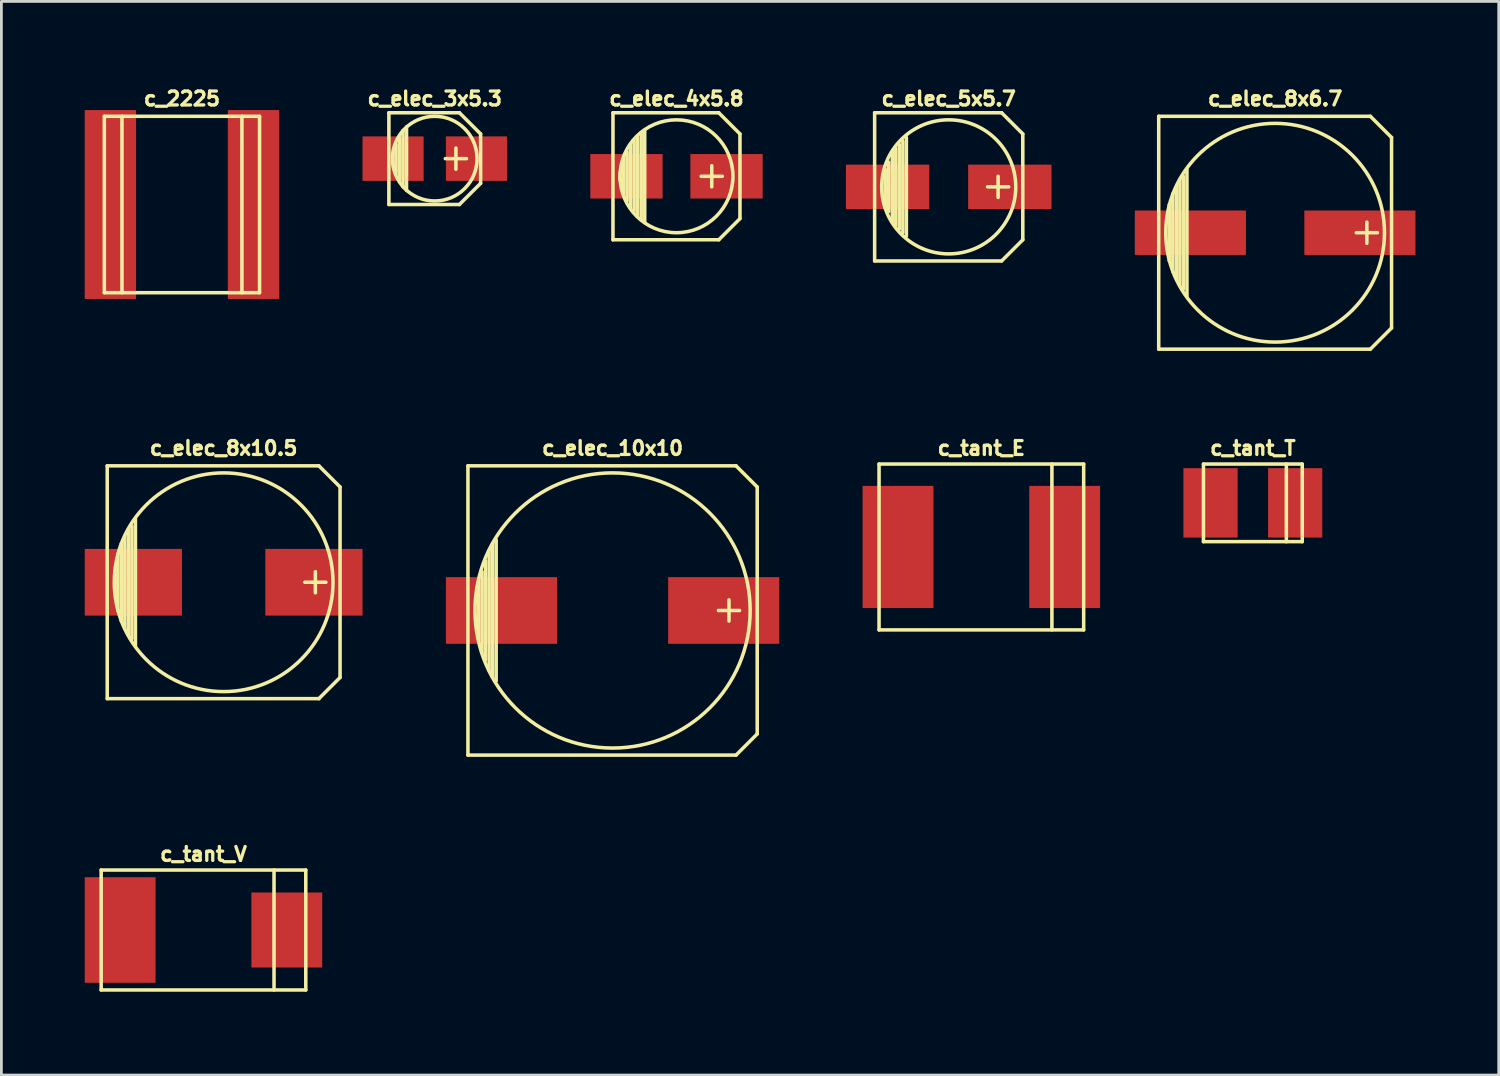
<source format=kicad_pcb>
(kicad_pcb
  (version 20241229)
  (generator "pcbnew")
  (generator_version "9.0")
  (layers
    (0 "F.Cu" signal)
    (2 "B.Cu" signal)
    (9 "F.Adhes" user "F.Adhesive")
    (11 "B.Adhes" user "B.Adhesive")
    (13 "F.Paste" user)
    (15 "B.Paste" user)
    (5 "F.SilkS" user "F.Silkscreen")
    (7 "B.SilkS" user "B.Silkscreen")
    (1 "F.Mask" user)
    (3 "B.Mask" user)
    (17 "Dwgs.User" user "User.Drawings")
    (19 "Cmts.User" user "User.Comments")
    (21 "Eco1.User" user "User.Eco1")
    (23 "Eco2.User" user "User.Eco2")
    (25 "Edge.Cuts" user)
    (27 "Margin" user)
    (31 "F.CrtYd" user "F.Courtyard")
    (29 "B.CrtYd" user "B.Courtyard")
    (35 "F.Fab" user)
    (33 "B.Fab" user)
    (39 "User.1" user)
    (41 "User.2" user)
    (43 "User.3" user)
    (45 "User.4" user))
  (footprint "c_tant_V"
    (layer "F.Cu")
    (at 4.275 30.43)
    (property "Reference" "c_tant_V" (at 0 -2.731 0) (layer "F.SilkS") (effects (font (size 0.5 0.5) (thickness 0.119))))
    (attr through_hole)
    (fp_line (start -3.683 -2.159) (end -3.683 2.159) (stroke (width 0.127) (type solid)) (layer "F.SilkS"))
    (fp_line (start -3.683 2.159) (end 3.683 2.159) (stroke (width 0.127) (type solid)) (layer "F.SilkS"))
    (fp_line (start 2.54 -2.159) (end 2.54 2.159) (stroke (width 0.127) (type solid)) (layer "F.SilkS"))
    (fp_line (start 3.683 -2.159) (end -3.683 -2.159) (stroke (width 0.127) (type solid)) (layer "F.SilkS"))
    (fp_line (start 3.683 2.159) (end 3.683 -2.159) (stroke (width 0.127) (type solid)) (layer "F.SilkS"))
    (pad "1" smd rect (at 3 0) (size 2.55 2.7) (layers "F.Cu" "F.Mask" "F.Paste"))
    (pad "2" smd rect (at -3 0) (size 2.55 3.8) (layers "F.Cu" "F.Mask" "F.Paste")))
  (footprint "c_elec_5x5.7"
    (layer "F.Cu")
    (at 31.104 3.677)
    (property "Reference" "c_elec_5x5.7" (at 0 -3.175 0) (layer "F.SilkS") (effects (font (size 0.5 0.5) (thickness 0.119))))
    (attr through_hole)
    (fp_line (start -2.667 -2.667) (end 1.905 -2.667) (stroke (width 0.127) (type solid)) (layer "F.SilkS"))
    (fp_line (start -2.667 2.667) (end -2.667 -2.667) (stroke (width 0.127) (type solid)) (layer "F.SilkS"))
    (fp_line (start -2.286 -0.635) (end -2.286 0.762) (stroke (width 0.127) (type solid)) (layer "F.SilkS"))
    (fp_line (start -2.159 -0.889) (end -2.159 0.889) (stroke (width 0.127) (type solid)) (layer "F.SilkS"))
    (fp_line (start -2.032 -1.27) (end -2.032 1.27) (stroke (width 0.127) (type solid)) (layer "F.SilkS"))
    (fp_line (start -1.905 1.397) (end -1.905 -1.397) (stroke (width 0.127) (type solid)) (layer "F.SilkS"))
    (fp_line (start -1.778 -1.524) (end -1.778 1.524) (stroke (width 0.127) (type solid)) (layer "F.SilkS"))
    (fp_line (start -1.651 1.651) (end -1.651 -1.651) (stroke (width 0.127) (type solid)) (layer "F.SilkS"))
    (fp_line (start -1.524 -1.778) (end -1.524 1.778) (stroke (width 0.127) (type solid)) (layer "F.SilkS"))
    (fp_line (start 1.778 -0.381) (end 1.778 0.381) (stroke (width 0.127) (type solid)) (layer "F.SilkS"))
    (fp_line (start 1.905 -2.667) (end 2.667 -1.905) (stroke (width 0.127) (type solid)) (layer "F.SilkS"))
    (fp_line (start 1.905 2.667) (end -2.667 2.667) (stroke (width 0.127) (type solid)) (layer "F.SilkS"))
    (fp_line (start 2.159 0) (end 1.397 0) (stroke (width 0.127) (type solid)) (layer "F.SilkS"))
    (fp_line (start 2.667 -1.905) (end 2.667 1.905) (stroke (width 0.127) (type solid)) (layer "F.SilkS"))
    (fp_line (start 2.667 1.905) (end 1.905 2.667) (stroke (width 0.127) (type solid)) (layer "F.SilkS"))
    (fp_circle (center 0 0) (end -2.413 0) (stroke (width 0.127) (type solid)) (fill no) (layer "F.SilkS"))
    (pad "1" smd rect (at 2.2 0) (size 3 1.6) (layers "F.Cu" "F.Mask" "F.Paste"))
    (pad "2" smd rect (at -2.2 0) (size 3 1.6) (layers "F.Cu" "F.Mask" "F.Paste")))
  (footprint "c_elec_4x5.8"
    (layer "F.Cu")
    (at 21.303 3.296)
    (property "Reference" "c_elec_4x5.8" (at 0 -2.794 0) (layer "F.SilkS") (effects (font (size 0.5 0.5) (thickness 0.119))))
    (attr through_hole)
    (fp_line (start -2.286 -2.286) (end -2.286 2.286) (stroke (width 0.127) (type solid)) (layer "F.SilkS"))
    (fp_line (start -2.032 0.127) (end -2.032 -0.127) (stroke (width 0.127) (type solid)) (layer "F.SilkS"))
    (fp_line (start -1.905 -0.635) (end -1.905 0.635) (stroke (width 0.127) (type solid)) (layer "F.SilkS"))
    (fp_line (start -1.778 0.889) (end -1.778 -0.889) (stroke (width 0.127) (type solid)) (layer "F.SilkS"))
    (fp_line (start -1.651 1.143) (end -1.651 -1.143) (stroke (width 0.127) (type solid)) (layer "F.SilkS"))
    (fp_line (start -1.524 -1.27) (end -1.524 1.27) (stroke (width 0.127) (type solid)) (layer "F.SilkS"))
    (fp_line (start -1.397 1.397) (end -1.397 -1.397) (stroke (width 0.127) (type solid)) (layer "F.SilkS"))
    (fp_line (start -1.27 -1.524) (end -1.27 1.524) (stroke (width 0.127) (type solid)) (layer "F.SilkS"))
    (fp_line (start -1.143 -1.651) (end -1.143 1.651) (stroke (width 0.127) (type solid)) (layer "F.SilkS"))
    (fp_line (start 1.27 -0.381) (end 1.27 0.381) (stroke (width 0.127) (type solid)) (layer "F.SilkS"))
    (fp_line (start 1.524 -2.286) (end -2.286 -2.286) (stroke (width 0.127) (type solid)) (layer "F.SilkS"))
    (fp_line (start 1.524 -2.286) (end 2.286 -1.524) (stroke (width 0.127) (type solid)) (layer "F.SilkS"))
    (fp_line (start 1.524 2.286) (end -2.286 2.286) (stroke (width 0.127) (type solid)) (layer "F.SilkS"))
    (fp_line (start 1.524 2.286) (end 2.286 1.524) (stroke (width 0.127) (type solid)) (layer "F.SilkS"))
    (fp_line (start 1.651 0) (end 0.889 0) (stroke (width 0.127) (type solid)) (layer "F.SilkS"))
    (fp_line (start 2.286 -1.524) (end 2.286 1.524) (stroke (width 0.127) (type solid)) (layer "F.SilkS"))
    (fp_circle (center 0 0) (end -2.032 0) (stroke (width 0.127) (type solid)) (fill no) (layer "F.SilkS"))
    (pad "1" smd rect (at 1.801 0) (size 2.601 1.6) (layers "F.Cu" "F.Mask" "F.Paste"))
    (pad "2" smd rect (at -1.801 0) (size 2.601 1.6) (layers "F.Cu" "F.Mask" "F.Paste")))
  (footprint "c_elec_3x5.3"
    (layer "F.Cu")
    (at 12.601 2.661)
    (property "Reference" "c_elec_3x5.3" (at 0 -2.159 0) (layer "F.SilkS") (effects (font (size 0.5 0.5) (thickness 0.119))))
    (attr through_hole)
    (fp_line (start -1.651 -1.651) (end -1.651 1.651) (stroke (width 0.127) (type solid)) (layer "F.SilkS"))
    (fp_line (start -1.651 1.651) (end 0.889 1.651) (stroke (width 0.127) (type solid)) (layer "F.SilkS"))
    (fp_line (start -1.397 -0.508) (end -1.397 0.508) (stroke (width 0.127) (type solid)) (layer "F.SilkS"))
    (fp_line (start -1.27 -0.762) (end -1.27 0.762) (stroke (width 0.127) (type solid)) (layer "F.SilkS"))
    (fp_line (start -1.143 -1.016) (end -1.143 1.016) (stroke (width 0.127) (type solid)) (layer "F.SilkS"))
    (fp_line (start -1.016 -1.143) (end -1.016 1.143) (stroke (width 0.127) (type solid)) (layer "F.SilkS"))
    (fp_line (start 0.762 -0.381) (end 0.762 0.381) (stroke (width 0.127) (type solid)) (layer "F.SilkS"))
    (fp_line (start 0.889 -1.651) (end -1.651 -1.651) (stroke (width 0.127) (type solid)) (layer "F.SilkS"))
    (fp_line (start 0.889 1.651) (end 1.651 0.889) (stroke (width 0.127) (type solid)) (layer "F.SilkS"))
    (fp_line (start 1.143 0) (end 0.381 0) (stroke (width 0.127) (type solid)) (layer "F.SilkS"))
    (fp_line (start 1.651 -0.889) (end 0.889 -1.651) (stroke (width 0.127) (type solid)) (layer "F.SilkS"))
    (fp_line (start 1.651 0.889) (end 1.651 -0.889) (stroke (width 0.127) (type solid)) (layer "F.SilkS"))
    (fp_circle (center 0 0) (end 1.524 0) (stroke (width 0.127) (type solid)) (fill no) (layer "F.SilkS"))
    (pad "1" smd rect (at 1.501 0) (size 2.2 1.6) (layers "F.Cu" "F.Mask" "F.Paste"))
    (pad "2" smd rect (at -1.501 0) (size 2.2 1.6) (layers "F.Cu" "F.Mask" "F.Paste")))
  (footprint "c_2225"
    (layer "F.Cu")
    (at 3.5 4.312)
    (property "Reference" "c_2225" (at 0 -3.81 0) (layer "F.SilkS") (effects (font (size 0.5 0.5) (thickness 0.119))))
    (attr through_hole)
    (fp_line (start -2.794 -3.175) (end 2.794 -3.175) (stroke (width 0.127) (type solid)) (layer "F.SilkS"))
    (fp_line (start -2.794 3.175) (end -2.794 -3.175) (stroke (width 0.127) (type solid)) (layer "F.SilkS"))
    (fp_line (start -2.159 -3.175) (end -2.159 3.175) (stroke (width 0.127) (type solid)) (layer "F.SilkS"))
    (fp_line (start 2.159 -3.175) (end 2.159 3.175) (stroke (width 0.127) (type solid)) (layer "F.SilkS"))
    (fp_line (start 2.794 -3.175) (end 2.794 3.175) (stroke (width 0.127) (type solid)) (layer "F.SilkS"))
    (fp_line (start 2.794 3.175) (end -2.794 3.175) (stroke (width 0.127) (type solid)) (layer "F.SilkS"))
    (pad "1" smd rect (at 2.576 0) (size 1.849 6.8) (layers "F.Cu" "F.Mask" "F.Paste"))
    (pad "2" smd rect (at -2.576 0) (size 1.849 6.8) (layers "F.Cu" "F.Mask" "F.Paste")))
  (footprint "c_elec_8x10.5"
    (layer "F.Cu")
    (at 5.001 17.911)
    (property "Reference" "c_elec_8x10.5" (at 0 -4.826 0) (layer "F.SilkS") (effects (font (size 0.5 0.5) (thickness 0.119))))
    (attr through_hole)
    (fp_line (start -4.191 -4.191) (end -4.191 4.191) (stroke (width 0.127) (type solid)) (layer "F.SilkS"))
    (fp_line (start -4.191 4.191) (end 3.429 4.191) (stroke (width 0.127) (type solid)) (layer "F.SilkS"))
    (fp_line (start -3.81 -1.016) (end -3.81 1.016) (stroke (width 0.127) (type solid)) (layer "F.SilkS"))
    (fp_line (start -3.683 1.397) (end -3.683 -1.397) (stroke (width 0.127) (type solid)) (layer "F.SilkS"))
    (fp_line (start -3.556 -1.651) (end -3.556 1.651) (stroke (width 0.127) (type solid)) (layer "F.SilkS"))
    (fp_line (start -3.429 1.905) (end -3.429 -1.905) (stroke (width 0.127) (type solid)) (layer "F.SilkS"))
    (fp_line (start -3.302 2.032) (end -3.302 -2.032) (stroke (width 0.127) (type solid)) (layer "F.SilkS"))
    (fp_line (start -3.175 -2.286) (end -3.175 2.286) (stroke (width 0.127) (type solid)) (layer "F.SilkS"))
    (fp_line (start 3.302 -0.381) (end 3.302 0.381) (stroke (width 0.127) (type solid)) (layer "F.SilkS"))
    (fp_line (start 3.429 -4.191) (end -4.191 -4.191) (stroke (width 0.127) (type solid)) (layer "F.SilkS"))
    (fp_line (start 3.429 4.191) (end 4.191 3.429) (stroke (width 0.127) (type solid)) (layer "F.SilkS"))
    (fp_line (start 3.683 0) (end 2.921 0) (stroke (width 0.127) (type solid)) (layer "F.SilkS"))
    (fp_line (start 4.191 -3.429) (end 3.429 -4.191) (stroke (width 0.127) (type solid)) (layer "F.SilkS"))
    (fp_line (start 4.191 3.429) (end 4.191 -3.429) (stroke (width 0.127) (type solid)) (layer "F.SilkS"))
    (fp_circle (center 0 0) (end 3.937 0) (stroke (width 0.127) (type solid)) (fill no) (layer "F.SilkS"))
    (pad "1" smd rect (at 3.251 0) (size 3.5 2.4) (layers "F.Cu" "F.Mask" "F.Paste"))
    (pad "2" smd rect (at -3.251 0) (size 3.5 2.4) (layers "F.Cu" "F.Mask" "F.Paste")))
  (footprint "c_tant_T"
    (layer "F.Cu")
    (at 42.053 15.053)
    (property "Reference" "c_tant_T" (at 0 -1.968 0) (layer "F.SilkS") (effects (font (size 0.5 0.5) (thickness 0.119))))
    (attr through_hole)
    (fp_line (start -1.778 -1.397) (end -1.778 1.397) (stroke (width 0.127) (type solid)) (layer "F.SilkS"))
    (fp_line (start -1.778 1.397) (end 1.778 1.397) (stroke (width 0.127) (type solid)) (layer "F.SilkS"))
    (fp_line (start 1.206 -1.397) (end 1.206 1.397) (stroke (width 0.127) (type solid)) (layer "F.SilkS"))
    (fp_line (start 1.778 -1.397) (end -1.778 -1.397) (stroke (width 0.127) (type solid)) (layer "F.SilkS"))
    (fp_line (start 1.778 1.397) (end 1.778 -1.397) (stroke (width 0.127) (type solid)) (layer "F.SilkS"))
    (pad "1" smd rect (at 1.524 0) (size 1.951 2.499) (layers "F.Cu" "F.Mask" "F.Paste"))
    (pad "2" smd rect (at -1.524 0) (size 1.951 2.499) (layers "F.Cu" "F.Mask" "F.Paste")))
  (footprint "c_elec_8x6.7"
    (layer "F.Cu")
    (at 42.855 5.328)
    (property "Reference" "c_elec_8x6.7" (at 0 -4.826 0) (layer "F.SilkS") (effects (font (size 0.5 0.5) (thickness 0.119))))
    (attr through_hole)
    (fp_line (start -4.191 -4.191) (end -4.191 4.191) (stroke (width 0.127) (type solid)) (layer "F.SilkS"))
    (fp_line (start -4.191 4.191) (end 3.429 4.191) (stroke (width 0.127) (type solid)) (layer "F.SilkS"))
    (fp_line (start -3.81 -1.016) (end -3.81 1.016) (stroke (width 0.127) (type solid)) (layer "F.SilkS"))
    (fp_line (start -3.683 1.397) (end -3.683 -1.397) (stroke (width 0.127) (type solid)) (layer "F.SilkS"))
    (fp_line (start -3.556 -1.651) (end -3.556 1.651) (stroke (width 0.127) (type solid)) (layer "F.SilkS"))
    (fp_line (start -3.429 1.905) (end -3.429 -1.905) (stroke (width 0.127) (type solid)) (layer "F.SilkS"))
    (fp_line (start -3.302 2.032) (end -3.302 -2.032) (stroke (width 0.127) (type solid)) (layer "F.SilkS"))
    (fp_line (start -3.175 -2.286) (end -3.175 2.286) (stroke (width 0.127) (type solid)) (layer "F.SilkS"))
    (fp_line (start 3.302 -0.381) (end 3.302 0.381) (stroke (width 0.127) (type solid)) (layer "F.SilkS"))
    (fp_line (start 3.429 -4.191) (end -4.191 -4.191) (stroke (width 0.127) (type solid)) (layer "F.SilkS"))
    (fp_line (start 3.429 4.191) (end 4.191 3.429) (stroke (width 0.127) (type solid)) (layer "F.SilkS"))
    (fp_line (start 3.683 0) (end 2.921 0) (stroke (width 0.127) (type solid)) (layer "F.SilkS"))
    (fp_line (start 4.191 -3.429) (end 3.429 -4.191) (stroke (width 0.127) (type solid)) (layer "F.SilkS"))
    (fp_line (start 4.191 3.429) (end 4.191 -3.429) (stroke (width 0.127) (type solid)) (layer "F.SilkS"))
    (fp_circle (center 0 0) (end 3.937 0) (stroke (width 0.127) (type solid)) (fill no) (layer "F.SilkS"))
    (pad "1" smd rect (at 3.051 0) (size 4 1.6) (layers "F.Cu" "F.Mask" "F.Paste"))
    (pad "2" smd rect (at -3.051 0) (size 4 1.6) (layers "F.Cu" "F.Mask" "F.Paste")))
  (footprint "c_tant_E"
    (layer "F.Cu")
    (at 32.279 16.641)
    (property "Reference" "c_tant_E" (at 0 -3.556 0) (layer "F.SilkS") (effects (font (size 0.5 0.5) (thickness 0.119))))
    (attr through_hole)
    (fp_line (start -3.683 -2.985) (end -3.683 2.985) (stroke (width 0.127) (type solid)) (layer "F.SilkS"))
    (fp_line (start -3.683 2.985) (end 3.683 2.985) (stroke (width 0.127) (type solid)) (layer "F.SilkS"))
    (fp_line (start 2.54 2.985) (end 2.54 -2.985) (stroke (width 0.127) (type solid)) (layer "F.SilkS"))
    (fp_line (start 3.683 -2.985) (end -3.683 -2.985) (stroke (width 0.127) (type solid)) (layer "F.SilkS"))
    (fp_line (start 3.683 -2.985) (end 3.683 2.985) (stroke (width 0.127) (type solid)) (layer "F.SilkS"))
    (pad "1" smd rect (at 3 0) (size 2.55 4.399) (layers "F.Cu" "F.Mask" "F.Paste"))
    (pad "2" smd rect (at -3 0) (size 2.55 4.399) (layers "F.Cu" "F.Mask" "F.Paste")))
  (footprint "c_elec_10x10"
    (layer "F.Cu")
    (at 19.003 18.927)
    (property "Reference" "c_elec_10x10" (at 0 -5.842 0) (layer "F.SilkS") (effects (font (size 0.5 0.5) (thickness 0.119))))
    (attr through_hole)
    (fp_line (start -5.207 -5.207) (end -5.207 5.207) (stroke (width 0.127) (type solid)) (layer "F.SilkS"))
    (fp_line (start -5.207 5.207) (end 4.445 5.207) (stroke (width 0.127) (type solid)) (layer "F.SilkS"))
    (fp_line (start -4.826 1.016) (end -4.826 -1.016) (stroke (width 0.127) (type solid)) (layer "F.SilkS"))
    (fp_line (start -4.699 -1.397) (end -4.699 1.524) (stroke (width 0.127) (type solid)) (layer "F.SilkS"))
    (fp_line (start -4.572 1.778) (end -4.572 -1.778) (stroke (width 0.127) (type solid)) (layer "F.SilkS"))
    (fp_line (start -4.445 -2.159) (end -4.445 2.159) (stroke (width 0.127) (type solid)) (layer "F.SilkS"))
    (fp_line (start -4.318 2.413) (end -4.318 -2.413) (stroke (width 0.127) (type solid)) (layer "F.SilkS"))
    (fp_line (start -4.191 -2.54) (end -4.191 2.54) (stroke (width 0.127) (type solid)) (layer "F.SilkS"))
    (fp_line (start 4.191 -0.381) (end 4.191 0.381) (stroke (width 0.127) (type solid)) (layer "F.SilkS"))
    (fp_line (start 4.445 -5.207) (end -5.207 -5.207) (stroke (width 0.127) (type solid)) (layer "F.SilkS"))
    (fp_line (start 4.445 5.207) (end 5.207 4.445) (stroke (width 0.127) (type solid)) (layer "F.SilkS"))
    (fp_line (start 4.572 0) (end 3.81 0) (stroke (width 0.127) (type solid)) (layer "F.SilkS"))
    (fp_line (start 5.207 -4.445) (end 4.445 -5.207) (stroke (width 0.127) (type solid)) (layer "F.SilkS"))
    (fp_line (start 5.207 4.445) (end 5.207 -4.445) (stroke (width 0.127) (type solid)) (layer "F.SilkS"))
    (fp_circle (center 0 0) (end 4.953 0) (stroke (width 0.127) (type solid)) (fill no) (layer "F.SilkS"))
    (pad "1" smd rect (at 4 0) (size 4 2.4) (layers "F.Cu" "F.Mask" "F.Paste"))
    (pad "2" smd rect (at -4 0) (size 4 2.4) (layers "F.Cu" "F.Mask" "F.Paste")))
  (gr_rect
    (start -3 -3)
    (end 50.905 35.653)
    (stroke (width 0.1) (type default))
    (fill no)
    (layer "Edge.Cuts")))
</source>
